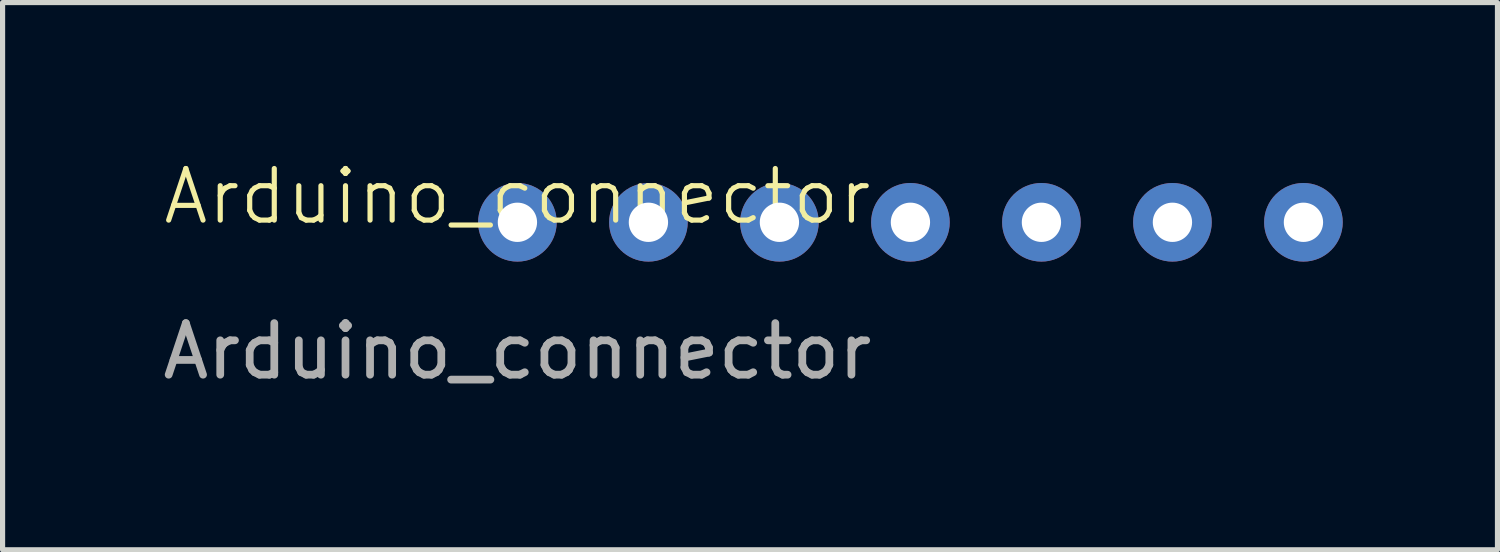
<source format=kicad_pcb>
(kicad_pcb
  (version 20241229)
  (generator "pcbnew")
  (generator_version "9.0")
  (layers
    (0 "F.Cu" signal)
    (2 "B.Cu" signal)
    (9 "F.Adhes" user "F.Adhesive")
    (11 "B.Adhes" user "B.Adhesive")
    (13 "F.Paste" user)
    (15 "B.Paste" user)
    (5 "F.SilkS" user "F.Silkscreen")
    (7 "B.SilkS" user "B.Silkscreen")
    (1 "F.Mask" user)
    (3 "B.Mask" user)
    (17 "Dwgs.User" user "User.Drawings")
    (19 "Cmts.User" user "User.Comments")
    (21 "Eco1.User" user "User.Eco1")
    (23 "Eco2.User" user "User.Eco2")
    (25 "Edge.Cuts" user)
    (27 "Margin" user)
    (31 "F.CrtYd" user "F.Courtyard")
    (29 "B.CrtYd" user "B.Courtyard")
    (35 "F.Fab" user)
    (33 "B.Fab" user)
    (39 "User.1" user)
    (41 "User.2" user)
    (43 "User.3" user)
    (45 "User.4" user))
  (footprint "Arduino_connector"
    (layer "F.Cu")
    (at 6.982 1.26)
    (property "Reference" "Arduino_connector" (at 0 -0.5 0) (unlocked yes) (layer "F.SilkS") (effects (font (size 1 1) (thickness 0.1))))
    (attr through_hole)
    (fp_text user "${REFERENCE}" (at 0 2.5 0) (unlocked yes) (layer "F.Fab") (effects (font (size 1 1) (thickness 0.15))))
    (pad "1" thru_hole circle (at 0 0) (size 1.524 1.524) (drill 0.762) (layers "*.Cu" "*.Mask"))
    (pad "2" thru_hole circle (at 2.54 0) (size 1.524 1.524) (drill 0.762) (layers "*.Cu" "*.Mask"))
    (pad "3" thru_hole circle (at 5.08 0) (size 1.524 1.524) (drill 0.762) (layers "*.Cu" "*.Mask"))
    (pad "4" thru_hole circle (at 7.62 0) (size 1.524 1.524) (drill 0.762) (layers "*.Cu" "*.Mask"))
    (pad "5" thru_hole circle (at 10.16 0) (size 1.524 1.524) (drill 0.762) (layers "*.Cu" "*.Mask"))
    (pad "6" thru_hole circle (at 12.7 0) (size 1.524 1.524) (drill 0.762) (layers "*.Cu" "*.Mask"))
    (pad "7" thru_hole circle (at 15.24 0) (size 1.524 1.524) (drill 0.762) (layers "*.Cu" "*.Mask")))
  (gr_rect
    (start -3 -3)
    (end 25.984 7.609)
    (stroke (width 0.1) (type default))
    (fill no)
    (layer "Edge.Cuts")))
</source>
